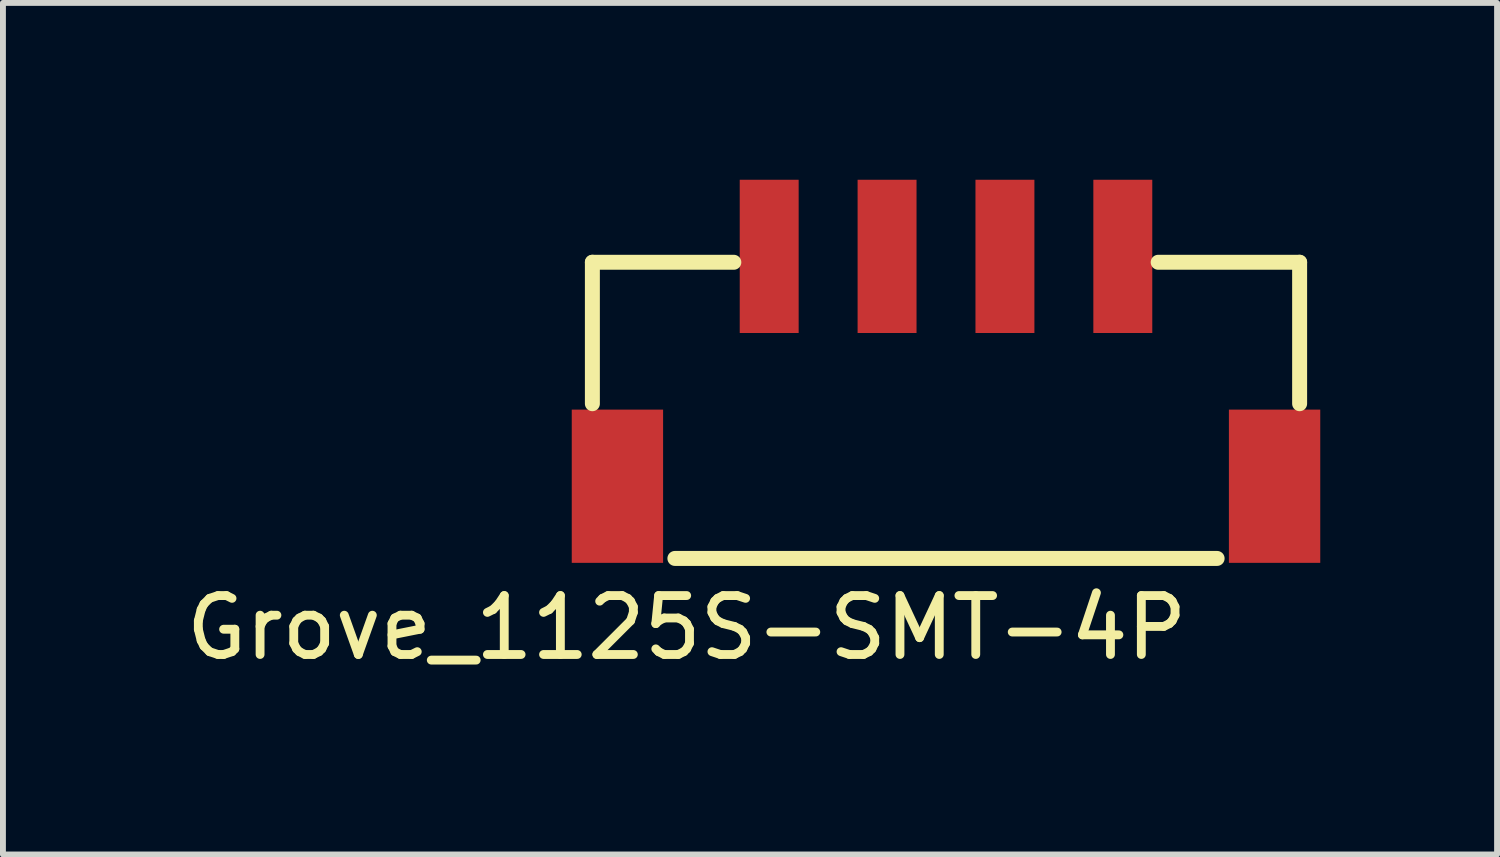
<source format=kicad_pcb>
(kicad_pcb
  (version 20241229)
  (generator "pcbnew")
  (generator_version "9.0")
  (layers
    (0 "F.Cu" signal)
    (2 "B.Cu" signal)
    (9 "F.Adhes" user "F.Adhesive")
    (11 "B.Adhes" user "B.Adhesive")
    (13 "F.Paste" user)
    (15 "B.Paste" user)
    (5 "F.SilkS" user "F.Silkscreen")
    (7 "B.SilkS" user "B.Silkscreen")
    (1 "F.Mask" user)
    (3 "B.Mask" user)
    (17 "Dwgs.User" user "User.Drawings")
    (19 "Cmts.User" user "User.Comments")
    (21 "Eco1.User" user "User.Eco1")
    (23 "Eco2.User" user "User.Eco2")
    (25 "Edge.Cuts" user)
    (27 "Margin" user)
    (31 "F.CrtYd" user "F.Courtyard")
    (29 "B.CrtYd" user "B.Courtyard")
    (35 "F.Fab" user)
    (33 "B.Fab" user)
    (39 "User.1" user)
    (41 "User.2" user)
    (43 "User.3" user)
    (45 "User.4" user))
  (footprint "Grove_1125S-SMT-4P"
    (layer "F.Cu")
    (at 13.001 1.3)
    (property "Reference" "Grove_1125S-SMT-4P" (at -4.4 6.3 0) (layer "F.SilkS") (effects (font (size 1 1) (thickness 0.15))))
    (attr through_hole)
    (fp_line (start -6 0.1) (end -6 2.5) (stroke (width 0.254) (type solid)) (layer "F.SilkS"))
    (fp_line (start -6 0.1) (end -3.6 0.1) (stroke (width 0.254) (type solid)) (layer "F.SilkS"))
    (fp_line (start -4.6 5.125) (end 4.6 5.125) (stroke (width 0.254) (type solid)) (layer "F.SilkS"))
    (fp_line (start 6 0.1) (end 3.6 0.1) (stroke (width 0.254) (type solid)) (layer "F.SilkS"))
    (fp_line (start 6 0.1) (end 6 2.5) (stroke (width 0.254) (type solid)) (layer "F.SilkS"))
    (pad "" smd rect (at -5.575 3.9) (size 1.55 2.6) (layers "F.Cu" "F.Mask" "F.Paste"))
    (pad "" smd rect (at 5.575 3.9) (size 1.55 2.6) (layers "F.Cu" "F.Mask" "F.Paste"))
    (pad "1" smd rect (at -3 0) (size 1 2.6) (layers "F.Cu" "F.Mask" "F.Paste"))
    (pad "2" smd rect (at -1 0) (size 1 2.6) (layers "F.Cu" "F.Mask" "F.Paste"))
    (pad "3" smd rect (at 1 0) (size 1 2.6) (layers "F.Cu" "F.Mask" "F.Paste"))
    (pad "4" smd rect (at 3 0) (size 1 2.6) (layers "F.Cu" "F.Mask" "F.Paste")))
  (gr_rect
    (start -3 -3)
    (end 22.351 11.448)
    (stroke (width 0.1) (type default))
    (fill no)
    (layer "Edge.Cuts")))
</source>
